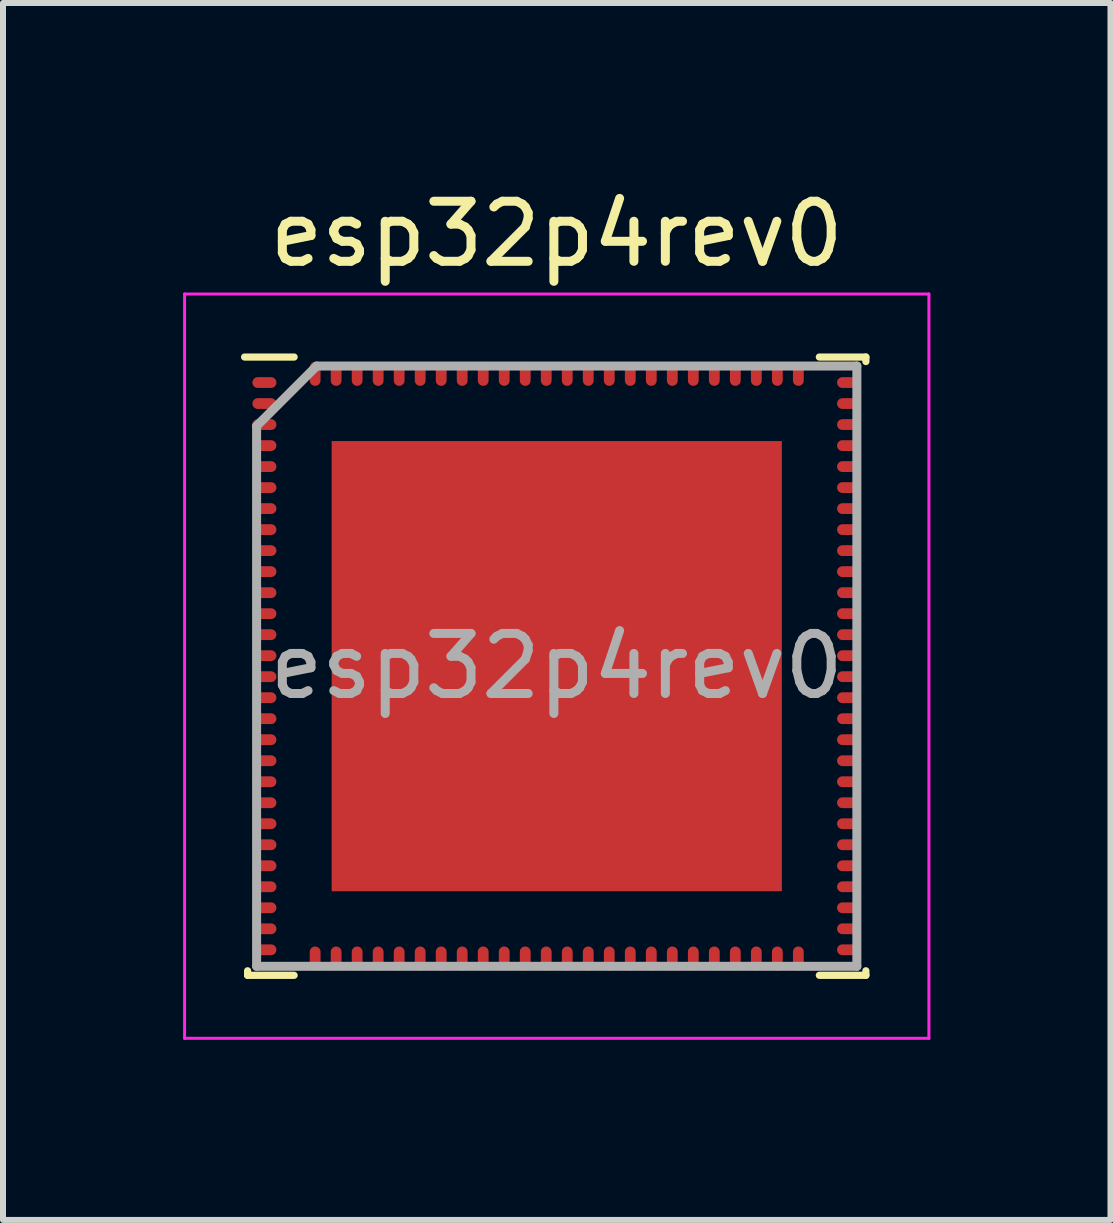
<source format=kicad_pcb>
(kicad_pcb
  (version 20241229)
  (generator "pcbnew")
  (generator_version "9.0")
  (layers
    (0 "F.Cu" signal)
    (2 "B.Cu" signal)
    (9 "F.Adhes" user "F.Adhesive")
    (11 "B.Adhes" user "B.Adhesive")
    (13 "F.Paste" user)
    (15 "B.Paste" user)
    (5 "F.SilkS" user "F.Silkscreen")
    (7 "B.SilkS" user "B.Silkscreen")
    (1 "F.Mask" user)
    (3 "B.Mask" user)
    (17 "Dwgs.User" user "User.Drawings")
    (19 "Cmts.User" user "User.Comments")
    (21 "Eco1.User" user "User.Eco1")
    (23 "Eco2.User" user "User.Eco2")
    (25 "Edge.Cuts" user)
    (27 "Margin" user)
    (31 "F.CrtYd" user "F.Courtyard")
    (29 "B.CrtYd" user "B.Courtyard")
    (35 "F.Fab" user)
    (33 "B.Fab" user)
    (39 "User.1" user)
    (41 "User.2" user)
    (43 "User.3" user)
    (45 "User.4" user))
  (footprint "esp32p4rev0"
    (layer "F.Cu")
    (at 6.225 8.048)
    (property "Reference" "esp32p4rev0" (at 0 -7.2 0) (unlocked yes) (layer "F.SilkS") (effects (font (size 1 1) (thickness 0.15))))
    (attr smd)
    (fp_line (start -5.15 5.15) (end -5.15 5.075) (stroke (width 0.12) (type default)) (layer "F.SilkS"))
    (fp_line (start -4.375 -5.15) (end -5.2 -5.15) (stroke (width 0.12) (type default)) (layer "F.SilkS"))
    (fp_line (start -4.375 5.15) (end -5.15 5.15) (stroke (width 0.12) (type default)) (layer "F.SilkS"))
    (fp_line (start 4.375 -5.15) (end 5.15 -5.15) (stroke (width 0.12) (type default)) (layer "F.SilkS"))
    (fp_line (start 4.375 5.15) (end 5.15 5.15) (stroke (width 0.12) (type default)) (layer "F.SilkS"))
    (fp_line (start 5.15 -5.15) (end 5.15 -5.075) (stroke (width 0.12) (type default)) (layer "F.SilkS"))
    (fp_line (start 5.15 5.15) (end 5.15 5.075) (stroke (width 0.12) (type default)) (layer "F.SilkS"))
    (fp_line (start -6.2 -6.2) (end 6.2 -6.2) (stroke (width 0.05) (type default)) (layer "F.CrtYd"))
    (fp_line (start -6.2 6.2) (end -6.2 -6.2) (stroke (width 0.05) (type default)) (layer "F.CrtYd"))
    (fp_line (start 6.2 -6.2) (end 6.2 6.2) (stroke (width 0.05) (type default)) (layer "F.CrtYd"))
    (fp_line (start 6.2 6.2) (end -6.2 6.2) (stroke (width 0.05) (type default)) (layer "F.CrtYd"))
    (fp_line (start -5 -4) (end -5 5) (stroke (width 0.15) (type default)) (layer "F.Fab"))
    (fp_line (start -5 5) (end 5 5) (stroke (width 0.15) (type default)) (layer "F.Fab"))
    (fp_line (start -4 -5) (end -5 -4) (stroke (width 0.15) (type default)) (layer "F.Fab"))
    (fp_line (start 5 -5) (end -4 -5) (stroke (width 0.15) (type default)) (layer "F.Fab"))
    (fp_line (start 5 5) (end 5 -5) (stroke (width 0.15) (type default)) (layer "F.Fab"))
    (fp_text user "${REFERENCE}" (at 0 0 0) (layer "F.Fab") (effects (font (size 1 1) (thickness 0.15))))
    (pad "" smd rect (at -2.812 -2.812) (size 1.125 1.125) (layers "F.Paste"))
    (pad "" smd rect (at -2.812 -0.938) (size 1.125 1.125) (layers "F.Paste"))
    (pad "" smd rect (at -2.812 0.938) (size 1.125 1.125) (layers "F.Paste"))
    (pad "" smd rect (at -2.812 2.812) (size 1.125 1.125) (layers "F.Paste"))
    (pad "" smd rect (at -0.938 -2.812) (size 1.125 1.125) (layers "F.Paste"))
    (pad "" smd rect (at -0.938 -0.938) (size 1.125 1.125) (layers "F.Paste"))
    (pad "" smd rect (at -0.938 0.938) (size 1.125 1.125) (layers "F.Paste"))
    (pad "" smd rect (at -0.938 2.812) (size 1.125 1.125) (layers "F.Paste"))
    (pad "" smd rect (at 0.938 -2.812) (size 1.125 1.125) (layers "F.Paste"))
    (pad "" smd rect (at 0.938 -0.938) (size 1.125 1.125) (layers "F.Paste"))
    (pad "" smd rect (at 0.938 0.938) (size 1.125 1.125) (layers "F.Paste"))
    (pad "" smd rect (at 0.938 2.812) (size 1.125 1.125) (layers "F.Paste"))
    (pad "" smd rect (at 2.812 -2.812) (size 1.125 1.125) (layers "F.Paste"))
    (pad "" smd rect (at 2.812 -0.938) (size 1.125 1.125) (layers "F.Paste"))
    (pad "" smd rect (at 2.812 0.938) (size 1.125 1.125) (layers "F.Paste"))
    (pad "" smd rect (at 2.812 2.812) (size 1.125 1.125) (layers "F.Paste"))
    (pad "1" smd oval (at -4.87 -4.725 90) (size 0.18 0.4) (layers "F.Cu" "F.Mask" "F.Paste"))
    (pad "2" smd oval (at -4.87 -4.375 90) (size 0.18 0.4) (layers "F.Cu" "F.Mask" "F.Paste"))
    (pad "3" smd oval (at -4.87 -4.025 90) (size 0.18 0.4) (layers "F.Cu" "F.Mask" "F.Paste"))
    (pad "4" smd oval (at -4.87 -3.675 90) (size 0.18 0.4) (layers "F.Cu" "F.Mask" "F.Paste"))
    (pad "5" smd oval (at -4.87 -3.325 90) (size 0.18 0.4) (layers "F.Cu" "F.Mask" "F.Paste"))
    (pad "6" smd oval (at -4.87 -2.975 90) (size 0.18 0.4) (layers "F.Cu" "F.Mask" "F.Paste"))
    (pad "7" smd oval (at -4.87 -2.625 90) (size 0.18 0.4) (layers "F.Cu" "F.Mask" "F.Paste"))
    (pad "8" smd oval (at -4.87 -2.275 90) (size 0.18 0.4) (layers "F.Cu" "F.Mask" "F.Paste"))
    (pad "9" smd oval (at -4.87 -1.925 90) (size 0.18 0.4) (layers "F.Cu" "F.Mask" "F.Paste"))
    (pad "10" smd oval (at -4.87 -1.575 90) (size 0.18 0.4) (layers "F.Cu" "F.Mask" "F.Paste"))
    (pad "11" smd oval (at -4.87 -1.225 90) (size 0.18 0.4) (layers "F.Cu" "F.Mask" "F.Paste"))
    (pad "12" smd oval (at -4.87 -0.875 90) (size 0.18 0.4) (layers "F.Cu" "F.Mask" "F.Paste"))
    (pad "13" smd oval (at -4.87 -0.525 90) (size 0.18 0.4) (layers "F.Cu" "F.Mask" "F.Paste"))
    (pad "14" smd oval (at -4.87 -0.175 90) (size 0.18 0.4) (layers "F.Cu" "F.Mask" "F.Paste"))
    (pad "15" smd oval (at -4.87 0.175 90) (size 0.18 0.4) (layers "F.Cu" "F.Mask" "F.Paste"))
    (pad "16" smd oval (at -4.87 0.525 90) (size 0.18 0.4) (layers "F.Cu" "F.Mask" "F.Paste"))
    (pad "17" smd oval (at -4.87 0.875 90) (size 0.18 0.4) (layers "F.Cu" "F.Mask" "F.Paste"))
    (pad "18" smd oval (at -4.87 1.225 90) (size 0.18 0.4) (layers "F.Cu" "F.Mask" "F.Paste"))
    (pad "19" smd oval (at -4.87 1.575 90) (size 0.18 0.4) (layers "F.Cu" "F.Mask" "F.Paste"))
    (pad "20" smd oval (at -4.87 1.925 90) (size 0.18 0.4) (layers "F.Cu" "F.Mask" "F.Paste"))
    (pad "21" smd oval (at -4.87 2.275 90) (size 0.18 0.4) (layers "F.Cu" "F.Mask" "F.Paste"))
    (pad "22" smd oval (at -4.87 2.625 90) (size 0.18 0.4) (layers "F.Cu" "F.Mask" "F.Paste"))
    (pad "23" smd oval (at -4.87 2.975 90) (size 0.18 0.4) (layers "F.Cu" "F.Mask" "F.Paste"))
    (pad "24" smd oval (at -4.87 3.325 90) (size 0.18 0.4) (layers "F.Cu" "F.Mask" "F.Paste"))
    (pad "25" smd oval (at -4.87 3.675 90) (size 0.18 0.4) (layers "F.Cu" "F.Mask" "F.Paste"))
    (pad "26" smd oval (at -4.87 4.025 90) (size 0.18 0.4) (layers "F.Cu" "F.Mask" "F.Paste"))
    (pad "27" smd oval (at -4.87 4.375 90) (size 0.18 0.4) (layers "F.Cu" "F.Mask" "F.Paste"))
    (pad "28" smd oval (at -4.87 4.725 90) (size 0.18 0.4) (layers "F.Cu" "F.Mask" "F.Paste"))
    (pad "29" smd oval (at -4.025 4.87) (size 0.18 0.4) (layers "F.Cu" "F.Mask" "F.Paste"))
    (pad "30" smd oval (at -3.675 4.87) (size 0.18 0.4) (layers "F.Cu" "F.Mask" "F.Paste"))
    (pad "31" smd oval (at -3.325 4.87) (size 0.18 0.4) (layers "F.Cu" "F.Mask" "F.Paste"))
    (pad "32" smd oval (at -2.975 4.87) (size 0.18 0.4) (layers "F.Cu" "F.Mask" "F.Paste"))
    (pad "33" smd oval (at -2.625 4.87) (size 0.18 0.4) (layers "F.Cu" "F.Mask" "F.Paste"))
    (pad "34" smd oval (at -2.275 4.87) (size 0.18 0.4) (layers "F.Cu" "F.Mask" "F.Paste"))
    (pad "35" smd oval (at -1.925 4.87) (size 0.18 0.4) (layers "F.Cu" "F.Mask" "F.Paste"))
    (pad "36" smd oval (at -1.575 4.87) (size 0.18 0.4) (layers "F.Cu" "F.Mask" "F.Paste"))
    (pad "37" smd oval (at -1.225 4.87) (size 0.18 0.4) (layers "F.Cu" "F.Mask" "F.Paste"))
    (pad "38" smd oval (at -0.875 4.87) (size 0.18 0.4) (layers "F.Cu" "F.Mask" "F.Paste"))
    (pad "39" smd oval (at -0.525 4.87) (size 0.18 0.4) (layers "F.Cu" "F.Mask" "F.Paste"))
    (pad "40" smd oval (at -0.175 4.87) (size 0.18 0.4) (layers "F.Cu" "F.Mask" "F.Paste"))
    (pad "41" smd oval (at 0.175 4.87) (size 0.18 0.4) (layers "F.Cu" "F.Mask" "F.Paste"))
    (pad "42" smd oval (at 0.525 4.87) (size 0.18 0.4) (layers "F.Cu" "F.Mask" "F.Paste"))
    (pad "43" smd oval (at 0.875 4.87) (size 0.18 0.4) (layers "F.Cu" "F.Mask" "F.Paste"))
    (pad "44" smd oval (at 1.225 4.87) (size 0.18 0.4) (layers "F.Cu" "F.Mask" "F.Paste"))
    (pad "45" smd oval (at 1.575 4.87) (size 0.18 0.4) (layers "F.Cu" "F.Mask" "F.Paste"))
    (pad "46" smd oval (at 1.925 4.87) (size 0.18 0.4) (layers "F.Cu" "F.Mask" "F.Paste"))
    (pad "47" smd oval (at 2.275 4.87) (size 0.18 0.4) (layers "F.Cu" "F.Mask" "F.Paste"))
    (pad "48" smd oval (at 2.625 4.87) (size 0.18 0.4) (layers "F.Cu" "F.Mask" "F.Paste"))
    (pad "49" smd oval (at 2.975 4.87) (size 0.18 0.4) (layers "F.Cu" "F.Mask" "F.Paste"))
    (pad "50" smd oval (at 3.325 4.87) (size 0.18 0.4) (layers "F.Cu" "F.Mask" "F.Paste"))
    (pad "51" smd oval (at 3.675 4.87) (size 0.18 0.4) (layers "F.Cu" "F.Mask" "F.Paste"))
    (pad "52" smd oval (at 4.025 4.87) (size 0.18 0.4) (layers "F.Cu" "F.Mask" "F.Paste"))
    (pad "53" smd oval (at 4.87 4.725 90) (size 0.18 0.4) (layers "F.Cu" "F.Mask" "F.Paste"))
    (pad "54" smd oval (at 4.87 4.375 90) (size 0.18 0.4) (layers "F.Cu" "F.Mask" "F.Paste"))
    (pad "55" smd oval (at 4.87 4.025 90) (size 0.18 0.4) (layers "F.Cu" "F.Mask" "F.Paste"))
    (pad "56" smd oval (at 4.87 3.675 90) (size 0.18 0.4) (layers "F.Cu" "F.Mask" "F.Paste"))
    (pad "57" smd oval (at 4.87 3.325 90) (size 0.18 0.4) (layers "F.Cu" "F.Mask" "F.Paste"))
    (pad "58" smd oval (at 4.87 2.975 90) (size 0.18 0.4) (layers "F.Cu" "F.Mask" "F.Paste"))
    (pad "59" smd oval (at 4.87 2.625 90) (size 0.18 0.4) (layers "F.Cu" "F.Mask" "F.Paste"))
    (pad "60" smd oval (at 4.87 2.275 90) (size 0.18 0.4) (layers "F.Cu" "F.Mask" "F.Paste"))
    (pad "61" smd oval (at 4.87 1.925 90) (size 0.18 0.4) (layers "F.Cu" "F.Mask" "F.Paste"))
    (pad "62" smd oval (at 4.87 1.575 90) (size 0.18 0.4) (layers "F.Cu" "F.Mask" "F.Paste"))
    (pad "63" smd oval (at 4.87 1.225 90) (size 0.18 0.4) (layers "F.Cu" "F.Mask" "F.Paste"))
    (pad "64" smd oval (at 4.87 0.875 90) (size 0.18 0.4) (layers "F.Cu" "F.Mask" "F.Paste"))
    (pad "65" smd oval (at 4.87 0.525 90) (size 0.18 0.4) (layers "F.Cu" "F.Mask" "F.Paste"))
    (pad "66" smd oval (at 4.87 0.175 90) (size 0.18 0.4) (layers "F.Cu" "F.Mask" "F.Paste"))
    (pad "67" smd oval (at 4.87 -0.175 90) (size 0.18 0.4) (layers "F.Cu" "F.Mask" "F.Paste"))
    (pad "68" smd oval (at 4.87 -0.525 90) (size 0.18 0.4) (layers "F.Cu" "F.Mask" "F.Paste"))
    (pad "69" smd oval (at 4.87 -0.875 90) (size 0.18 0.4) (layers "F.Cu" "F.Mask" "F.Paste"))
    (pad "70" smd oval (at 4.87 -1.225 90) (size 0.18 0.4) (layers "F.Cu" "F.Mask" "F.Paste"))
    (pad "71" smd oval (at 4.87 -1.575 90) (size 0.18 0.4) (layers "F.Cu" "F.Mask" "F.Paste"))
    (pad "72" smd oval (at 4.87 -1.925 90) (size 0.18 0.4) (layers "F.Cu" "F.Mask" "F.Paste"))
    (pad "73" smd oval (at 4.87 -2.275 90) (size 0.18 0.4) (layers "F.Cu" "F.Mask" "F.Paste"))
    (pad "74" smd oval (at 4.87 -2.625 90) (size 0.18 0.4) (layers "F.Cu" "F.Mask" "F.Paste"))
    (pad "75" smd oval (at 4.87 -2.975 90) (size 0.18 0.4) (layers "F.Cu" "F.Mask" "F.Paste"))
    (pad "76" smd oval (at 4.87 -3.325 90) (size 0.18 0.4) (layers "F.Cu" "F.Mask" "F.Paste"))
    (pad "77" smd oval (at 4.87 -3.675 90) (size 0.18 0.4) (layers "F.Cu" "F.Mask" "F.Paste"))
    (pad "78" smd oval (at 4.87 -4.025 90) (size 0.18 0.4) (layers "F.Cu" "F.Mask" "F.Paste"))
    (pad "79" smd oval (at 4.87 -4.375 90) (size 0.18 0.4) (layers "F.Cu" "F.Mask" "F.Paste"))
    (pad "80" smd oval (at 4.87 -4.725 90) (size 0.18 0.4) (layers "F.Cu" "F.Mask" "F.Paste"))
    (pad "81" smd oval (at 4.025 -4.87) (size 0.18 0.4) (layers "F.Cu" "F.Mask" "F.Paste"))
    (pad "82" smd oval (at 3.675 -4.87) (size 0.18 0.4) (layers "F.Cu" "F.Mask" "F.Paste"))
    (pad "83" smd oval (at 3.325 -4.87) (size 0.18 0.4) (layers "F.Cu" "F.Mask" "F.Paste"))
    (pad "84" smd oval (at 2.975 -4.87) (size 0.18 0.4) (layers "F.Cu" "F.Mask" "F.Paste"))
    (pad "85" smd oval (at 2.625 -4.87) (size 0.18 0.4) (layers "F.Cu" "F.Mask" "F.Paste"))
    (pad "86" smd oval (at 2.275 -4.87) (size 0.18 0.4) (layers "F.Cu" "F.Mask" "F.Paste"))
    (pad "87" smd oval (at 1.925 -4.87) (size 0.18 0.4) (layers "F.Cu" "F.Mask" "F.Paste"))
    (pad "88" smd oval (at 1.575 -4.87) (size 0.18 0.4) (layers "F.Cu" "F.Mask" "F.Paste"))
    (pad "89" smd oval (at 1.225 -4.87) (size 0.18 0.4) (layers "F.Cu" "F.Mask" "F.Paste"))
    (pad "90" smd oval (at 0.875 -4.87) (size 0.18 0.4) (layers "F.Cu" "F.Mask" "F.Paste"))
    (pad "91" smd oval (at 0.525 -4.87) (size 0.18 0.4) (layers "F.Cu" "F.Mask" "F.Paste"))
    (pad "92" smd oval (at 0.175 -4.87) (size 0.18 0.4) (layers "F.Cu" "F.Mask" "F.Paste"))
    (pad "93" smd oval (at -0.175 -4.87) (size 0.18 0.4) (layers "F.Cu" "F.Mask" "F.Paste"))
    (pad "94" smd oval (at -0.525 -4.87) (size 0.18 0.4) (layers "F.Cu" "F.Mask" "F.Paste"))
    (pad "95" smd oval (at -0.875 -4.87) (size 0.18 0.4) (layers "F.Cu" "F.Mask" "F.Paste"))
    (pad "96" smd oval (at -1.225 -4.87) (size 0.18 0.4) (layers "F.Cu" "F.Mask" "F.Paste"))
    (pad "97" smd oval (at -1.575 -4.87) (size 0.18 0.4) (layers "F.Cu" "F.Mask" "F.Paste"))
    (pad "98" smd oval (at -1.925 -4.87) (size 0.18 0.4) (layers "F.Cu" "F.Mask" "F.Paste"))
    (pad "99" smd oval (at -2.275 -4.87) (size 0.18 0.4) (layers "F.Cu" "F.Mask" "F.Paste"))
    (pad "100" smd oval (at -2.625 -4.87) (size 0.18 0.4) (layers "F.Cu" "F.Mask" "F.Paste"))
    (pad "101" smd oval (at -2.975 -4.87) (size 0.18 0.4) (layers "F.Cu" "F.Mask" "F.Paste"))
    (pad "102" smd oval (at -3.325 -4.87) (size 0.18 0.4) (layers "F.Cu" "F.Mask" "F.Paste"))
    (pad "103" smd oval (at -3.675 -4.87) (size 0.18 0.4) (layers "F.Cu" "F.Mask" "F.Paste"))
    (pad "104" smd oval (at -4.025 -4.87) (size 0.18 0.4) (layers "F.Cu" "F.Mask" "F.Paste"))
    (pad "105" smd rect (at 0 0) (size 7.5 7.5) (layers "F.Cu" "F.Mask")))
  (gr_rect
    (start -3 -3)
    (end 15.45 17.273)
    (stroke (width 0.1) (type default))
    (fill no)
    (layer "Edge.Cuts")))
</source>
